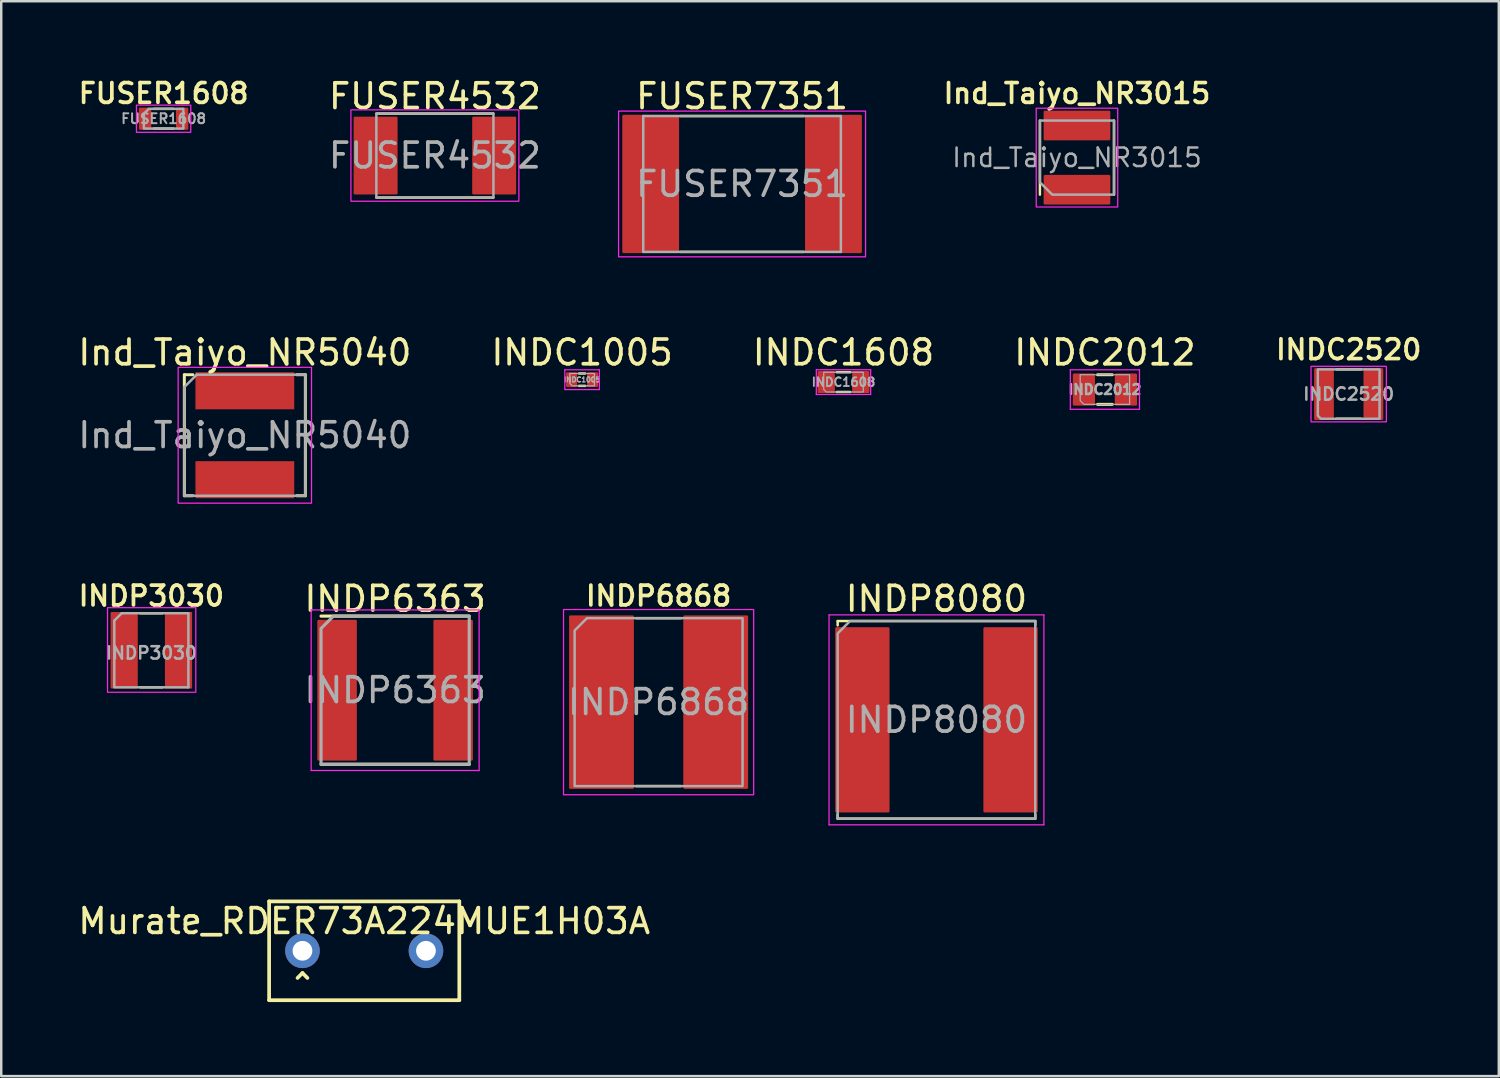
<source format=kicad_pcb>
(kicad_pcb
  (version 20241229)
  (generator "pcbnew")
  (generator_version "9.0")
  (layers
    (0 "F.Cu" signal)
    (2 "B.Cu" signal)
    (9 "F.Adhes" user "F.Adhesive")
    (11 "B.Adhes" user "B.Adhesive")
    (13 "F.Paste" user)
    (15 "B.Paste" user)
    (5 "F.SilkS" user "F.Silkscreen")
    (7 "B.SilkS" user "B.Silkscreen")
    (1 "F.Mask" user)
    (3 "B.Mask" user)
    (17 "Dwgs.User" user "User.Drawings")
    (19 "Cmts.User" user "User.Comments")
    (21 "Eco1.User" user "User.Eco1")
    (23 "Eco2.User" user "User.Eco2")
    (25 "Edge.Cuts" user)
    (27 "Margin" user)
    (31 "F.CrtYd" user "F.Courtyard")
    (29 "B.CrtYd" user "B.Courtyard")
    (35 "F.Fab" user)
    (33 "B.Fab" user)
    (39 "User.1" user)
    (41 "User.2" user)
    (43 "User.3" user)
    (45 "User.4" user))
  (footprint "INDC2012"
    (layer "F.Cu")
    (at 41.685 12.722)
    (property "Reference" "INDC2012" (at 0 -1.5 0) (layer "F.SilkS") (effects (font (size 1 1) (thickness 0.15))))
    (attr smd)
    (fp_line (start -0.3 -0.6) (end 0.3 -0.6) (stroke (width 0.12) (type solid)) (layer "F.SilkS"))
    (fp_line (start 0.3 0.6) (end -0.3 0.6) (stroke (width 0.12) (type solid)) (layer "F.SilkS"))
    (fp_line (start -1.4 -0.8) (end -1.4 0.8) (stroke (width 0.05) (type solid)) (layer "F.CrtYd"))
    (fp_line (start -1.4 -0.8) (end 1.4 -0.8) (stroke (width 0.05) (type solid)) (layer "F.CrtYd"))
    (fp_line (start -1.4 0.8) (end 1.4 0.8) (stroke (width 0.05) (type solid)) (layer "F.CrtYd"))
    (fp_line (start 1.4 -0.8) (end 1.4 0.8) (stroke (width 0.05) (type solid)) (layer "F.CrtYd"))
    (fp_poly (pts (xy 1 0.6) (xy -0.85 0.6) (xy -1 0.45) (xy -1 -0.6) (xy 1 -0.6)) (stroke (width 0.05) (type solid)) (fill no) (layer "F.Fab"))
    (fp_text user "${REFERENCE}" (at 0 0 0) (layer "F.Fab") (effects (font (size 0.4 0.4) (thickness 0.1))))
    (pad "1" smd roundrect (at -0.85 0) (size 0.9 1.3) (layers "F.Cu" "F.Mask" "F.Paste") (roundrect_rratio 0.056))
    (pad "2" smd roundrect (at 0.85 0) (size 0.9 1.3) (layers "F.Cu" "F.Mask" "F.Paste") (roundrect_rratio 0.056)))
  (footprint "FUSER1608"
    (layer "F.Cu")
    (at 3.574 1.756)
    (property "Reference" "FUSER1608" (at 0 -1.025 0) (layer "F.SilkS") (effects (font (size 0.8 0.8) (thickness 0.15))))
    (attr smd)
    (fp_line (start -0.4 -0.4) (end 0.4 -0.4) (stroke (width 0.1) (type solid)) (layer "F.SilkS"))
    (fp_line (start 0.4 0.4) (end -0.4 0.4) (stroke (width 0.1) (type solid)) (layer "F.SilkS"))
    (fp_poly (pts (xy -1.1 0.55) (xy 1.1 0.55) (xy 1.1 -0.55) (xy -1.1 -0.55)) (stroke (width 0.05) (type solid)) (fill no) (layer "F.CrtYd"))
    (fp_poly (pts (xy 0.8 0.4) (xy 0.8 -0.4) (xy -0.6 -0.4) (xy -0.8 -0.2) (xy -0.8 0.4)) (stroke (width 0.1) (type solid)) (fill no) (layer "F.Fab"))
    (fp_text user "${REFERENCE}" (at 0 0 0) (layer "F.Fab") (effects (font (size 0.4 0.4) (thickness 0.08) (bold yes))))
    (pad "1" smd roundrect (at -0.75 0) (size 0.5 0.9) (layers "F.Cu" "F.Mask" "F.Paste") (roundrect_rratio 0.1))
    (pad "2" smd roundrect (at 0.75 0) (size 0.5 0.9) (layers "F.Cu" "F.Mask" "F.Paste") (roundrect_rratio 0.1)))
  (footprint "Murate_RDER73A224MUE1H03A"
    (layer "F.Cu")
    (at 11.696 35.445)
    (property "Reference" "Murate_RDER73A224MUE1H03A" (at 0 -1.2 0) (layer "F.SilkS") (effects (font (size 1 1) (thickness 0.15))))
    (attr through_hole)
    (fp_line (start -3.85 -2) (end -3.85 2) (stroke (width 0.15) (type solid)) (layer "F.SilkS"))
    (fp_line (start -3.85 2) (end 3.85 2) (stroke (width 0.15) (type solid)) (layer "F.SilkS"))
    (fp_line (start -2.5 0.9) (end -2.7 1.1) (stroke (width 0.15) (type solid)) (layer "F.SilkS"))
    (fp_line (start -2.5 0.9) (end -2.3 1.1) (stroke (width 0.15) (type solid)) (layer "F.SilkS"))
    (fp_line (start 3.85 -2) (end -3.85 -2) (stroke (width 0.15) (type solid)) (layer "F.SilkS"))
    (fp_line (start 3.85 2) (end 3.85 -2) (stroke (width 0.15) (type solid)) (layer "F.SilkS"))
    (pad "1" thru_hole circle (at -2.5 0) (size 1.4 1.4) (drill 0.8) (layers "*.Cu" "*.Mask"))
    (pad "2" thru_hole circle (at 2.5 0) (size 1.4 1.4) (drill 0.8) (layers "*.Cu" "*.Mask")))
  (footprint "INDP8080"
    (layer "F.Cu")
    (at 34.865 26.095)
    (property "Reference" "INDP8080" (at 0 -4.9 0) (layer "F.SilkS") (effects (font (size 1 1) (thickness 0.15))))
    (attr smd)
    (fp_line (start -4 -4) (end -4 -3.825) (stroke (width 0.1) (type solid)) (layer "F.SilkS"))
    (fp_line (start -4 -4) (end 4 -4) (stroke (width 0.1) (type solid)) (layer "F.SilkS"))
    (fp_line (start -4 4) (end -4 3.825) (stroke (width 0.1) (type solid)) (layer "F.SilkS"))
    (fp_line (start -4 4) (end 4 4) (stroke (width 0.1) (type solid)) (layer "F.SilkS"))
    (fp_line (start 4 -4) (end 4 -3.825) (stroke (width 0.1) (type solid)) (layer "F.SilkS"))
    (fp_line (start 4 4) (end 4 3.825) (stroke (width 0.1) (type solid)) (layer "F.SilkS"))
    (fp_line (start -4.35 -4.25) (end 4.35 -4.25) (stroke (width 0.05) (type solid)) (layer "F.CrtYd"))
    (fp_line (start -4.35 4.25) (end -4.35 -4.25) (stroke (width 0.05) (type solid)) (layer "F.CrtYd"))
    (fp_line (start 4.35 -4.25) (end 4.35 4.25) (stroke (width 0.05) (type solid)) (layer "F.CrtYd"))
    (fp_line (start 4.35 4.25) (end -4.35 4.25) (stroke (width 0.05) (type solid)) (layer "F.CrtYd"))
    (fp_poly (pts (xy 4 4) (xy 4 -4) (xy -3.5 -4) (xy -4 -3.5) (xy -4 4)) (stroke (width 0.1) (type solid)) (fill no) (layer "F.Fab"))
    (fp_text user "${REFERENCE}" (at 0 0 0) (layer "F.Fab") (effects (font (size 1 1) (thickness 0.15))))
    (pad "" smd roundrect (at -3 -2.725 180) (size 2 2) (layers "F.Paste") (roundrect_rratio 0.05))
    (pad "" smd roundrect (at -3 0 180) (size 2 2) (layers "F.Paste") (roundrect_rratio 0.05))
    (pad "" smd roundrect (at -3 2.725 180) (size 2 2) (layers "F.Paste") (roundrect_rratio 0.05))
    (pad "" smd roundrect (at 3 -2.725 180) (size 2 2) (layers "F.Paste") (roundrect_rratio 0.05))
    (pad "" smd roundrect (at 3 0 180) (size 2 2) (layers "F.Paste") (roundrect_rratio 0.05))
    (pad "" smd roundrect (at 3 2.725 180) (size 2 2) (layers "F.Paste") (roundrect_rratio 0.05))
    (pad "1" smd roundrect (at -3 0) (size 2.2 7.5) (layers "F.Cu" "F.Mask") (roundrect_rratio 0.023))
    (pad "2" smd roundrect (at 3 0) (size 2.2 7.5) (layers "F.Cu" "F.Mask") (roundrect_rratio 0.023)))
  (footprint "INDC1005"
    (layer "F.Cu")
    (at 20.518 12.322)
    (property "Reference" "INDC1005" (at 0 -1.1 0) (layer "F.SilkS") (effects (font (size 1 1) (thickness 0.15))))
    (attr smd)
    (fp_line (start -0.125 0.25) (end 0.125 0.25) (stroke (width 0.1) (type solid)) (layer "F.SilkS"))
    (fp_line (start 0.125 -0.25) (end -0.125 -0.25) (stroke (width 0.1) (type solid)) (layer "F.SilkS"))
    (fp_line (start -0.7 -0.4) (end -0.7 0.4) (stroke (width 0.05) (type solid)) (layer "F.CrtYd"))
    (fp_line (start -0.7 -0.4) (end 0.7 -0.4) (stroke (width 0.05) (type solid)) (layer "F.CrtYd"))
    (fp_line (start -0.7 0.4) (end 0.7 0.4) (stroke (width 0.05) (type solid)) (layer "F.CrtYd"))
    (fp_line (start 0.7 -0.4) (end 0.7 0.4) (stroke (width 0.05) (type solid)) (layer "F.CrtYd"))
    (fp_poly (pts (xy 0.5 0.25) (xy -0.4 0.25) (xy -0.5 0.15) (xy -0.5 -0.25) (xy 0.5 -0.25)) (stroke (width 0.05) (type solid)) (fill no) (layer "F.Fab"))
    (fp_text user "${REFERENCE}" (at 0 0 0) (layer "F.Fab") (effects (font (size 0.2 0.2) (thickness 0.05))))
    (pad "1" smd roundrect (at -0.425 0) (size 0.45 0.6) (layers "F.Cu" "F.Mask" "F.Paste") (roundrect_rratio 0.111))
    (pad "2" smd roundrect (at 0.425 0) (size 0.45 0.6) (layers "F.Cu" "F.Mask" "F.Paste") (roundrect_rratio 0.111)))
  (footprint "FUSER4532"
    (layer "F.Cu")
    (at 14.558 3.248)
    (property "Reference" "FUSER4532" (at 0 -2.4 0) (unlocked yes) (layer "F.SilkS") (effects (font (size 1 1) (thickness 0.15))))
    (attr smd)
    (fp_line (start -2.37 -1.7) (end 2.37 -1.7) (stroke (width 0.1) (type solid)) (layer "F.SilkS"))
    (fp_line (start 2.37 1.7) (end -2.37 1.7) (stroke (width 0.1) (type solid)) (layer "F.SilkS"))
    (fp_rect (start 3.4 -1.85) (end -3.4 1.85) (stroke (width 0.05) (type solid)) (fill no) (layer "F.CrtYd"))
    (fp_rect (start 2.37 -1.7) (end -2.37 1.7) (stroke (width 0.1) (type solid)) (fill no) (layer "F.Fab"))
    (fp_text user "${REFERENCE}" (at 0 0 0) (unlocked yes) (layer "F.Fab") (effects (font (size 1 1) (thickness 0.15))))
    (pad "" smd roundrect (at -2.4 -0.95) (size 1.75 1.25) (layers "F.Paste") (roundrect_rratio 0.05))
    (pad "" smd roundrect (at -2.4 0.95) (size 1.75 1.25) (layers "F.Paste") (roundrect_rratio 0.05))
    (pad "" smd roundrect (at 2.4 -0.95) (size 1.75 1.25) (layers "F.Paste") (roundrect_rratio 0.05))
    (pad "" smd roundrect (at 2.4 0.95) (size 1.75 1.25) (layers "F.Paste") (roundrect_rratio 0.05))
    (pad "1" smd roundrect (at -2.4 0) (size 1.78 3.15) (layers "F.Cu" "F.Mask") (roundrect_rratio 0.028))
    (pad "2" smd roundrect (at 2.4 0) (size 1.78 3.15) (layers "F.Cu" "F.Mask") (roundrect_rratio 0.028)))
  (footprint "INDC2520"
    (layer "F.Cu")
    (at 51.555 12.905)
    (property "Reference" "INDC2520" (at 0 -1.8 0) (layer "F.SilkS") (effects (font (size 0.8 0.8) (thickness 0.15))))
    (attr smd)
    (fp_line (start -0.5 -1) (end 0.5 -1) (stroke (width 0.1) (type solid)) (layer "F.SilkS"))
    (fp_line (start -0.5 1) (end 0.5 1) (stroke (width 0.1) (type solid)) (layer "F.SilkS"))
    (fp_rect (start -1.525 -1.125) (end 1.525 1.125) (stroke (width 0.05) (type solid)) (fill no) (layer "F.CrtYd"))
    (fp_poly (pts (xy -1.25 0.875) (xy -1.25 -1) (xy 1.25 -1) (xy 1.25 1) (xy -1.125 1)) (stroke (width 0.1) (type solid)) (fill no) (layer "F.Fab"))
    (fp_text user "${REFERENCE}" (at 0 0 0) (layer "F.Fab") (effects (font (size 0.5 0.5) (thickness 0.1))))
    (pad "" smd roundrect (at -1 -0.6) (size 0.8 0.75) (layers "F.Paste") (roundrect_rratio 0.067))
    (pad "" smd roundrect (at -1 0.6) (size 0.8 0.75) (layers "F.Paste") (roundrect_rratio 0.067))
    (pad "" smd roundrect (at 1 -0.6) (size 0.8 0.75) (layers "F.Paste") (roundrect_rratio 0.067))
    (pad "" smd roundrect (at 1 0.6) (size 0.8 0.75) (layers "F.Paste") (roundrect_rratio 0.067))
    (pad "1" smd roundrect (at -1 0) (size 0.8 2.1) (layers "F.Cu" "F.Mask") (roundrect_rratio 0.062))
    (pad "2" smd roundrect (at 1 0) (size 0.8 2.1) (layers "F.Cu" "F.Mask") (roundrect_rratio 0.062)))
  (footprint "FUSER7351"
    (layer "F.Cu")
    (at 26.994 4.398)
    (property "Reference" "FUSER7351" (at 0 -3.55 0) (unlocked yes) (layer "F.SilkS") (effects (font (size 1 1) (thickness 0.15))))
    (attr through_hole)
    (fp_line (start -2.5 -2.75) (end 2.5 -2.75) (stroke (width 0.1) (type solid)) (layer "F.SilkS"))
    (fp_line (start -2.5 2.75) (end 2.5 2.75) (stroke (width 0.1) (type solid)) (layer "F.SilkS"))
    (fp_rect (start 5 -2.95) (end -5 2.95) (stroke (width 0.05) (type solid)) (fill no) (layer "F.CrtYd"))
    (fp_line (start -4 -2.75) (end 4 -2.75) (stroke (width 0.1) (type solid)) (layer "F.Fab"))
    (fp_line (start -4 2.75) (end -4 -2.75) (stroke (width 0.1) (type solid)) (layer "F.Fab"))
    (fp_line (start 4 -2.75) (end 4 2.75) (stroke (width 0.1) (type solid)) (layer "F.Fab"))
    (fp_line (start 4 2.75) (end -4 2.75) (stroke (width 0.1) (type solid)) (layer "F.Fab"))
    (fp_text user "${REFERENCE}" (at 0 0 0) (unlocked yes) (layer "F.Fab") (effects (font (size 1 1) (thickness 0.15))))
    (pad "" smd roundrect (at -3.7 -2.05) (size 2.3 1.5) (layers "F.Paste") (roundrect_rratio 0.05))
    (pad "" smd roundrect (at -3.7 0) (size 2.3 1.5) (layers "F.Paste") (roundrect_rratio 0.05))
    (pad "" smd roundrect (at -3.7 2.05) (size 2.3 1.5) (layers "F.Paste") (roundrect_rratio 0.05))
    (pad "" smd roundrect (at 3.7 -2.05) (size 2.3 1.5) (layers "F.Paste") (roundrect_rratio 0.05))
    (pad "" smd roundrect (at 3.7 0) (size 2.3 1.5) (layers "F.Paste") (roundrect_rratio 0.05))
    (pad "" smd roundrect (at 3.7 2.05) (size 2.3 1.5) (layers "F.Paste") (roundrect_rratio 0.05))
    (pad "1" smd roundrect (at -3.7 0) (size 2.3 5.6) (layers "F.Cu" "F.Mask") (roundrect_rratio 0.022))
    (pad "2" smd roundrect (at 3.7 0) (size 2.3 5.6) (layers "F.Cu" "F.Mask") (roundrect_rratio 0.022)))
  (footprint "INDP3030"
    (layer "F.Cu")
    (at 3.078 23.278)
    (property "Reference" "INDP3030" (at 0 -2.2 0) (layer "F.SilkS") (effects (font (size 0.8 0.8) (thickness 0.15))))
    (attr smd)
    (fp_line (start -0.45 -1.5) (end 0.45 -1.5) (stroke (width 0.1) (type solid)) (layer "F.SilkS"))
    (fp_line (start -0.45 1.5) (end 0.45 1.5) (stroke (width 0.1) (type solid)) (layer "F.SilkS"))
    (fp_rect (start -1.775 -1.725) (end 1.8 1.7) (stroke (width 0.05) (type solid)) (fill no) (layer "F.CrtYd"))
    (fp_line (start -1.5 -1.2) (end -1.2 -1.5) (stroke (width 0.1) (type solid)) (layer "F.Fab"))
    (fp_line (start -1.5 1.475) (end -1.5 -1.2) (stroke (width 0.1) (type solid)) (layer "F.Fab"))
    (fp_line (start -1.2 -1.5) (end 1.5 -1.5) (stroke (width 0.1) (type solid)) (layer "F.Fab"))
    (fp_line (start 1.5 -1.5) (end 1.5 1.5) (stroke (width 0.1) (type solid)) (layer "F.Fab"))
    (fp_line (start 1.5 1.5) (end -1.5 1.5) (stroke (width 0.1) (type solid)) (layer "F.Fab"))
    (fp_text user "${REFERENCE}" (at 0.001 0.109 0) (layer "F.Fab") (effects (font (size 0.5 0.5) (thickness 0.1))))
    (pad "" smd roundrect (at -1.1 -1.15) (size 1.1 0.75) (layers "F.Paste") (roundrect_rratio 0.067))
    (pad "" smd roundrect (at -1.1 0) (size 1.1 0.75) (layers "F.Paste") (roundrect_rratio 0.067))
    (pad "" smd roundrect (at -1.1 1.15) (size 1.1 0.75) (layers "F.Paste") (roundrect_rratio 0.067))
    (pad "" smd roundrect (at 1.1 -1.15) (size 1.1 0.75) (layers "F.Paste") (roundrect_rratio 0.067))
    (pad "" smd roundrect (at 1.1 0) (size 1.1 0.75) (layers "F.Paste") (roundrect_rratio 0.067))
    (pad "" smd roundrect (at 1.1 1.15) (size 1.1 0.75) (layers "F.Paste") (roundrect_rratio 0.067))
    (pad "1" smd roundrect (at -1.1 0) (size 1.1 3.1) (layers "F.Cu" "F.Mask") (roundrect_rratio 0.045))
    (pad "2" smd rect (at 1.1 0) (size 1.1 3.1) (layers "F.Cu" "F.Mask")))
  (footprint "INDC1608"
    (layer "F.Cu")
    (at 31.101 12.421)
    (property "Reference" "INDC1608" (at 0 -1.2 0) (layer "F.SilkS") (effects (font (size 1 1) (thickness 0.15))))
    (attr smd)
    (fp_line (start -0.275 -0.4) (end 0.275 -0.4) (stroke (width 0.1) (type solid)) (layer "F.SilkS"))
    (fp_line (start 0.275 0.4) (end -0.275 0.4) (stroke (width 0.1) (type solid)) (layer "F.SilkS"))
    (fp_line (start -1.1 -0.5) (end -1.1 0.5) (stroke (width 0.05) (type solid)) (layer "F.CrtYd"))
    (fp_line (start -1.1 -0.5) (end 1.1 -0.5) (stroke (width 0.05) (type solid)) (layer "F.CrtYd"))
    (fp_line (start -1.1 0.5) (end 1.1 0.5) (stroke (width 0.05) (type solid)) (layer "F.CrtYd"))
    (fp_line (start 1.1 -0.5) (end 1.1 0.5) (stroke (width 0.05) (type solid)) (layer "F.CrtYd"))
    (fp_poly (pts (xy 0.8 0.4) (xy -0.7 0.4) (xy -0.8 0.3) (xy -0.8 -0.4) (xy 0.8 -0.4)) (stroke (width 0.05) (type solid)) (fill no) (layer "F.Fab"))
    (fp_text user "${REFERENCE}" (at 0 0 0) (layer "F.Fab") (effects (font (size 0.35 0.35) (thickness 0.075))))
    (pad "1" smd roundrect (at -0.7 0) (size 0.7 0.9) (layers "F.Cu" "F.Mask" "F.Paste") (roundrect_rratio 0.071))
    (pad "2" smd roundrect (at 0.7 0) (size 0.7 0.9) (layers "F.Cu" "F.Mask" "F.Paste") (roundrect_rratio 0.071)))
  (footprint "INDP6868"
    (layer "F.Cu")
    (at 23.615 25.378)
    (property "Reference" "INDP6868" (at 0 -4.3 0) (layer "F.SilkS") (effects (font (size 0.8 0.8) (thickness 0.15))))
    (attr smd)
    (fp_line (start -0.9 -3.4) (end 0.9 -3.4) (stroke (width 0.1) (type solid)) (layer "F.SilkS"))
    (fp_line (start -0.9 3.4) (end 0.9 3.4) (stroke (width 0.1) (type solid)) (layer "F.SilkS"))
    (fp_rect (start -3.85 -3.75) (end 3.85 3.75) (stroke (width 0.05) (type solid)) (fill no) (layer "F.CrtYd"))
    (fp_poly (pts (xy 3.4 -3.4) (xy 3.4 3.4) (xy -3.4 3.4) (xy -3.4 -2.9) (xy -2.9 -3.4)) (stroke (width 0.1) (type solid)) (fill no) (layer "F.Fab"))
    (fp_text user "${REFERENCE}" (at 0 0 0) (layer "F.Fab") (effects (font (size 1 1) (thickness 0.15))))
    (pad "" smd roundrect (at -2.3 -2.525) (size 2.4 1.9) (layers "F.Paste") (roundrect_rratio 0.019))
    (pad "" smd roundrect (at -2.3 0) (size 2.4 1.9) (layers "F.Paste") (roundrect_rratio 0.019))
    (pad "" smd roundrect (at -2.3 2.525) (size 2.4 1.9) (layers "F.Paste") (roundrect_rratio 0.019))
    (pad "" smd roundrect (at 2.3 -2.525) (size 2.4 1.9) (layers "F.Paste") (roundrect_rratio 0.019))
    (pad "" smd roundrect (at 2.3 0) (size 2.4 1.9) (layers "F.Paste") (roundrect_rratio 0.019))
    (pad "" smd roundrect (at 2.3 2.525) (size 2.4 1.9) (layers "F.Paste") (roundrect_rratio 0.019))
    (pad "1" smd roundrect (at -2.312 0) (size 2.625 7.025) (layers "F.Cu" "F.Mask") (roundrect_rratio 0.019))
    (pad "2" smd roundrect (at 2.312 0) (size 2.625 7.025) (layers "F.Cu" "F.Mask") (roundrect_rratio 0.019)))
  (footprint "INDP6363"
    (layer "F.Cu")
    (at 12.948 24.895)
    (property "Reference" "INDP6363" (at 0 -3.7 0) (layer "F.SilkS") (effects (font (size 1 1) (thickness 0.15))))
    (attr smd)
    (fp_line (start -3 -3) (end 3 -3) (stroke (width 0.127) (type solid)) (layer "F.SilkS"))
    (fp_line (start -3 3) (end 3 3) (stroke (width 0.127) (type solid)) (layer "F.SilkS"))
    (fp_line (start -3.4 -3.25) (end 3.4 -3.25) (stroke (width 0.05) (type solid)) (layer "F.CrtYd"))
    (fp_line (start -3.4 3.25) (end -3.4 -3.25) (stroke (width 0.05) (type solid)) (layer "F.CrtYd"))
    (fp_line (start 3.4 -3.25) (end 3.4 3.25) (stroke (width 0.05) (type solid)) (layer "F.CrtYd"))
    (fp_line (start 3.4 3.25) (end -3.4 3.25) (stroke (width 0.05) (type solid)) (layer "F.CrtYd"))
    (fp_poly (pts (xy -3 3) (xy 3 3) (xy 3 -3) (xy -2.5 -3) (xy -3 -2.5)) (stroke (width 0.127) (type solid)) (fill no) (layer "F.Fab"))
    (fp_text user "${REFERENCE}" (at 0 0 0) (layer "F.Fab") (effects (font (size 1 1) (thickness 0.15))))
    (pad "" smd roundrect (at -2.35 -2.3 180) (size 1.5 1) (layers "F.Paste") (roundrect_rratio 0.05))
    (pad "" smd roundrect (at -2.35 -0.8 180) (size 1.5 1.2) (layers "F.Paste") (roundrect_rratio 0.05))
    (pad "" smd roundrect (at -2.35 0.8 180) (size 1.5 1.2) (layers "F.Paste") (roundrect_rratio 0.05))
    (pad "" smd roundrect (at -2.35 2.3 180) (size 1.5 1) (layers "F.Paste") (roundrect_rratio 0.05))
    (pad "" smd roundrect (at 2.35 -2.3 180) (size 1.5 1) (layers "F.Paste") (roundrect_rratio 0.05))
    (pad "" smd roundrect (at 2.35 -0.8 180) (size 1.5 1.2) (layers "F.Paste") (roundrect_rratio 0.05))
    (pad "" smd roundrect (at 2.35 0.8 180) (size 1.5 1.2) (layers "F.Paste") (roundrect_rratio 0.05))
    (pad "" smd roundrect (at 2.35 2.3 180) (size 1.5 1) (layers "F.Paste") (roundrect_rratio 0.05))
    (pad "1" smd roundrect (at -2.35 0 90) (size 5.7 1.6) (layers "F.Cu" "F.Mask") (roundrect_rratio 0.031))
    (pad "2" smd roundrect (at 2.35 0 90) (size 5.7 1.6) (layers "F.Cu" "F.Mask") (roundrect_rratio 0.031)))
  (footprint "Ind_Taiyo_NR3015"
    (layer "F.Cu")
    (at 40.554 3.331)
    (property "Reference" "Ind_Taiyo_NR3015" (at 0 -2.6 0) (layer "F.SilkS") (effects (font (size 0.8 0.8) (thickness 0.15))))
    (attr smd)
    (fp_line (start -1.5 -1.5) (end -1.5 1.5) (stroke (width 0.1) (type solid)) (layer "F.SilkS"))
    (fp_line (start 1.5 1.5) (end 1.5 -1.5) (stroke (width 0.1) (type solid)) (layer "F.SilkS"))
    (fp_rect (start -1.65 -2) (end 1.65 2) (stroke (width 0.05) (type solid)) (fill no) (layer "F.CrtYd"))
    (fp_poly (pts (xy -1.5 -1.5) (xy 1.5 -1.5) (xy 1.5 1.5) (xy -1 1.5) (xy -1.5 1)) (stroke (width 0.1) (type solid)) (fill no) (layer "F.Fab"))
    (fp_text user "${REFERENCE}" (at 0 0 0) (layer "F.Fab") (effects (font (size 0.75 0.75) (thickness 0.1))))
    (pad "" smd roundrect (at -0.8 -1.3 180) (size 1 1.2) (layers "F.Paste") (roundrect_rratio 0.05))
    (pad "" smd roundrect (at -0.8 1.3 180) (size 1 1.2) (layers "F.Paste") (roundrect_rratio 0.05))
    (pad "" smd roundrect (at 0.8 -1.3 180) (size 1 1.2) (layers "F.Paste") (roundrect_rratio 0.05))
    (pad "" smd roundrect (at 0.8 1.3 180) (size 1 1.2) (layers "F.Paste") (roundrect_rratio 0.05))
    (pad "1" smd roundrect (at 0 1.3) (size 2.7 1.2) (layers "F.Cu" "F.Mask") (roundrect_rratio 0.042))
    (pad "2" smd roundrect (at 0 -1.3) (size 2.7 1.2) (layers "F.Cu" "F.Mask") (roundrect_rratio 0.042)))
  (footprint "Ind_Taiyo_NR5040"
    (layer "F.Cu")
    (at 6.863 14.572)
    (property "Reference" "Ind_Taiyo_NR5040" (at 0 -3.35 0) (unlocked yes) (layer "F.SilkS") (effects (font (size 1 1) (thickness 0.15))))
    (attr through_hole)
    (fp_line (start -2.45 -2.45) (end -2.45 2.45) (stroke (width 0.12) (type solid)) (layer "F.SilkS"))
    (fp_line (start -2.45 -2.45) (end -2.1 -2.45) (stroke (width 0.12) (type solid)) (layer "F.SilkS"))
    (fp_line (start -2.45 2.45) (end -2.1 2.45) (stroke (width 0.12) (type solid)) (layer "F.SilkS"))
    (fp_line (start 2.45 -2.45) (end 2.1 -2.45) (stroke (width 0.12) (type solid)) (layer "F.SilkS"))
    (fp_line (start 2.45 2.45) (end 2.1 2.45) (stroke (width 0.12) (type solid)) (layer "F.SilkS"))
    (fp_line (start 2.45 2.45) (end 2.45 -2.45) (stroke (width 0.12) (type solid)) (layer "F.SilkS"))
    (fp_rect (start -2.7 -2.75) (end 2.7 2.75) (stroke (width 0.05) (type solid)) (fill no) (layer "F.CrtYd"))
    (fp_line (start -2.45 -1.95) (end -1.95 -2.45) (stroke (width 0.1) (type solid)) (layer "F.Fab"))
    (fp_line (start -2.45 2.45) (end -2.45 -1.95) (stroke (width 0.1) (type solid)) (layer "F.Fab"))
    (fp_line (start -1.95 -2.45) (end 2.45 -2.45) (stroke (width 0.1) (type solid)) (layer "F.Fab"))
    (fp_line (start 2.45 -2.45) (end 2.45 2.45) (stroke (width 0.1) (type solid)) (layer "F.Fab"))
    (fp_line (start 2.45 2.45) (end -2.45 2.45) (stroke (width 0.1) (type solid)) (layer "F.Fab"))
    (fp_text user "${REFERENCE}" (at 0 0 0) (unlocked yes) (layer "F.Fab") (effects (font (size 1 1) (thickness 0.15))))
    (pad "1" smd rect (at 0 -1.8 90) (size 1.5 4) (layers "F.Cu" "F.Mask" "F.Paste"))
    (pad "2" smd rect (at 0 1.8 90) (size 1.5 4) (layers "F.Cu" "F.Mask" "F.Paste")))
  (gr_rect
    (start -3 -3)
    (end 57.633 40.52)
    (stroke (width 0.1) (type default))
    (fill no)
    (layer "Edge.Cuts")))
</source>
